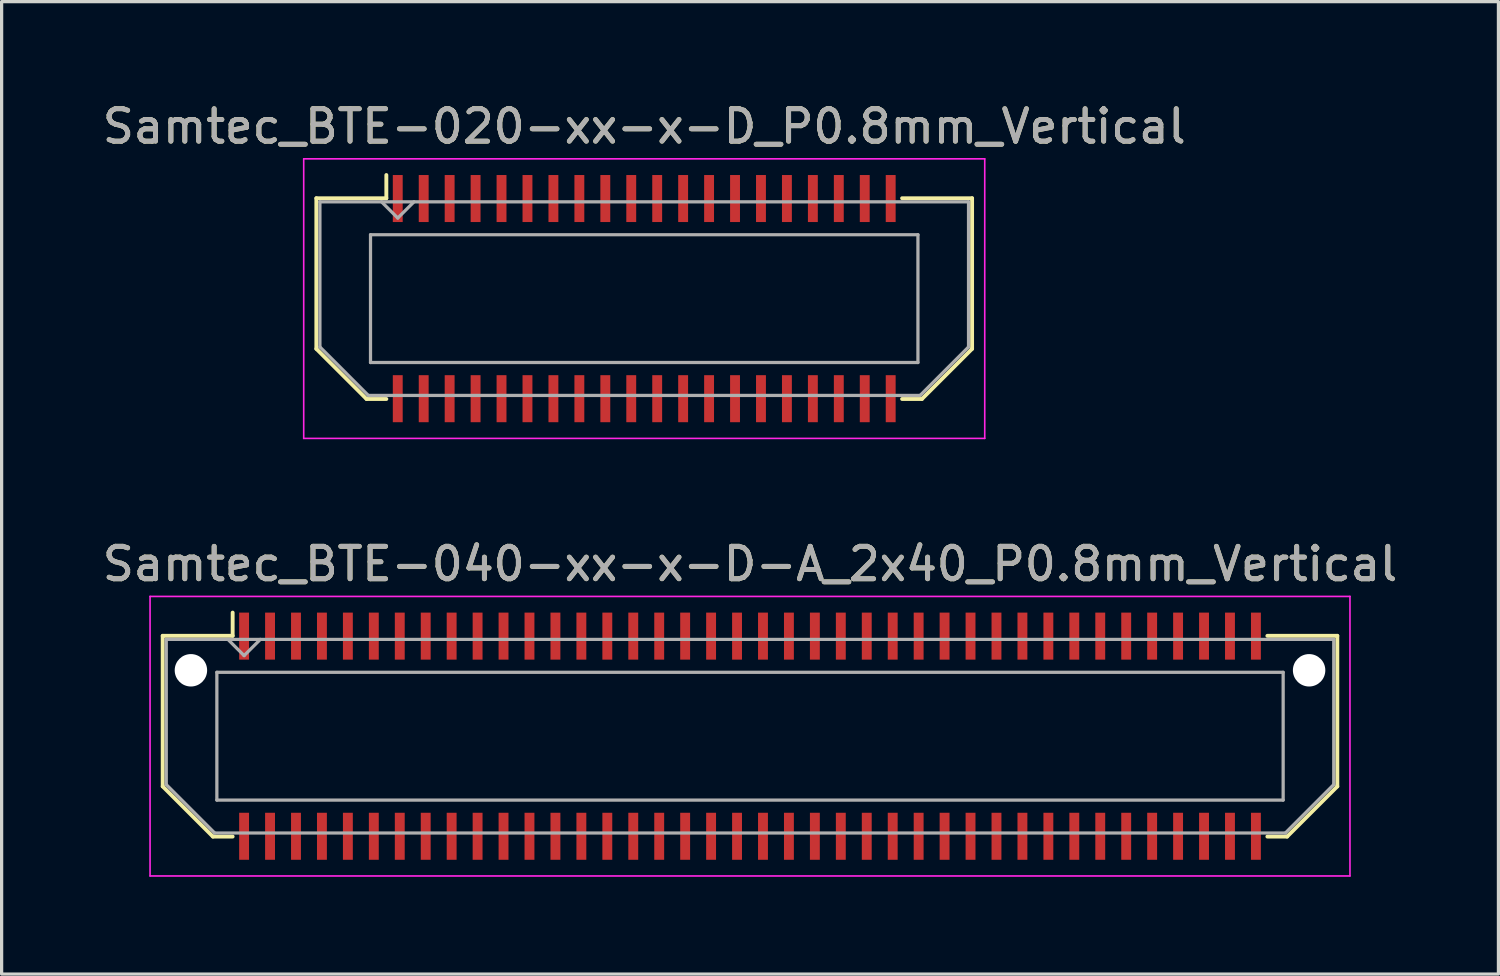
<source format=kicad_pcb>
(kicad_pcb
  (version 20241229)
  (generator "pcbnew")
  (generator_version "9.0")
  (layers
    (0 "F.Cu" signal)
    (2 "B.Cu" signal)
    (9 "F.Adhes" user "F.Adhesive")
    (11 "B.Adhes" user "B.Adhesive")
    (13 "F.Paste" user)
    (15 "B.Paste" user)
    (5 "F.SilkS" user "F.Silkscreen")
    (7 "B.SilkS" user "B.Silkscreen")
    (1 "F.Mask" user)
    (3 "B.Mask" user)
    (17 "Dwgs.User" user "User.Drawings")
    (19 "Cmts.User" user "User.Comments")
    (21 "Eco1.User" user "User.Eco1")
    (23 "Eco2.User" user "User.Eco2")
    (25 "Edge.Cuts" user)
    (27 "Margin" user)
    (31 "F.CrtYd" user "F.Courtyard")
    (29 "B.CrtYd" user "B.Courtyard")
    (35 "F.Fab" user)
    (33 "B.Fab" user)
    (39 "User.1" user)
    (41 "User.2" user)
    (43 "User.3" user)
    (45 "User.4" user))
  (footprint "Samtec_BTE-020-xx-x-D_P0.8mm_Vertical"
    (layer "F.Cu")
    (at 16.815 6.158)
    (property "Reference" "Samtec_BTE-020-xx-x-D_P0.8mm_Vertical" (at 0 -5.31 0) (layer "F.SilkS") (effects (font (size 1 1) (thickness 0.15))))
    (attr smd)
    (fp_line (start -10.11 -3.095) (end -10.11 1.548) (stroke (width 0.12) (type solid)) (layer "F.SilkS"))
    (fp_line (start -10.11 1.548) (end -8.562 3.095) (stroke (width 0.12) (type solid)) (layer "F.SilkS"))
    (fp_line (start -8.562 3.095) (end -7.952 3.095) (stroke (width 0.12) (type solid)) (layer "F.SilkS"))
    (fp_line (start -7.952 -3.811) (end -7.952 -3.095) (stroke (width 0.12) (type solid)) (layer "F.SilkS"))
    (fp_line (start -7.952 -3.095) (end -10.11 -3.095) (stroke (width 0.12) (type solid)) (layer "F.SilkS"))
    (fp_line (start 7.952 -3.095) (end 10.11 -3.095) (stroke (width 0.12) (type solid)) (layer "F.SilkS"))
    (fp_line (start 8.562 3.095) (end 7.952 3.095) (stroke (width 0.12) (type solid)) (layer "F.SilkS"))
    (fp_line (start 10.11 -3.095) (end 10.11 1.548) (stroke (width 0.12) (type solid)) (layer "F.SilkS"))
    (fp_line (start 10.11 1.548) (end 8.562 3.095) (stroke (width 0.12) (type solid)) (layer "F.SilkS"))
    (fp_line (start -10.5 -4.31) (end -10.5 4.31) (stroke (width 0.05) (type solid)) (layer "F.CrtYd"))
    (fp_line (start -10.5 4.31) (end 10.5 4.31) (stroke (width 0.05) (type solid)) (layer "F.CrtYd"))
    (fp_line (start 10.5 -4.31) (end -10.5 -4.31) (stroke (width 0.05) (type solid)) (layer "F.CrtYd"))
    (fp_line (start 10.5 4.31) (end 10.5 -4.31) (stroke (width 0.05) (type solid)) (layer "F.CrtYd"))
    (fp_line (start -10 -2.985) (end -10 1.492) (stroke (width 0.1) (type solid)) (layer "F.Fab"))
    (fp_line (start -10 -2.985) (end 10 -2.985) (stroke (width 0.1) (type solid)) (layer "F.Fab"))
    (fp_line (start -10 1.492) (end -8.508 2.985) (stroke (width 0.1) (type solid)) (layer "F.Fab"))
    (fp_line (start -8.508 2.985) (end 8.508 2.985) (stroke (width 0.1) (type solid)) (layer "F.Fab"))
    (fp_line (start -8.44 -1.97) (end -8.44 1.97) (stroke (width 0.1) (type solid)) (layer "F.Fab"))
    (fp_line (start -8.44 1.97) (end 8.44 1.97) (stroke (width 0.1) (type solid)) (layer "F.Fab"))
    (fp_line (start -7.6 -2.485) (end -8.1 -2.985) (stroke (width 0.1) (type solid)) (layer "F.Fab"))
    (fp_line (start -7.1 -2.985) (end -7.6 -2.485) (stroke (width 0.1) (type solid)) (layer "F.Fab"))
    (fp_line (start 8.44 -1.97) (end -8.44 -1.97) (stroke (width 0.1) (type solid)) (layer "F.Fab"))
    (fp_line (start 8.44 1.97) (end 8.44 -1.97) (stroke (width 0.1) (type solid)) (layer "F.Fab"))
    (fp_line (start 10 -2.985) (end 10 1.492) (stroke (width 0.1) (type solid)) (layer "F.Fab"))
    (fp_line (start 10 1.492) (end 8.508 2.985) (stroke (width 0.1) (type solid)) (layer "F.Fab"))
    (fp_text user "${REFERENCE}" (at 0 -5.31 0) (layer "F.Fab") (effects (font (size 1 1) (thickness 0.15))))
    (pad "1" smd rect (at -7.6 -3.086) (size 0.305 1.45) (layers "F.Cu" "F.Mask" "F.Paste"))
    (pad "2" smd rect (at -7.6 3.086) (size 0.305 1.45) (layers "F.Cu" "F.Mask" "F.Paste"))
    (pad "3" smd rect (at -6.8 -3.086) (size 0.305 1.45) (layers "F.Cu" "F.Mask" "F.Paste"))
    (pad "4" smd rect (at -6.8 3.086) (size 0.305 1.45) (layers "F.Cu" "F.Mask" "F.Paste"))
    (pad "5" smd rect (at -6 -3.086) (size 0.305 1.45) (layers "F.Cu" "F.Mask" "F.Paste"))
    (pad "6" smd rect (at -6 3.086) (size 0.305 1.45) (layers "F.Cu" "F.Mask" "F.Paste"))
    (pad "7" smd rect (at -5.2 -3.086) (size 0.305 1.45) (layers "F.Cu" "F.Mask" "F.Paste"))
    (pad "8" smd rect (at -5.2 3.086) (size 0.305 1.45) (layers "F.Cu" "F.Mask" "F.Paste"))
    (pad "9" smd rect (at -4.4 -3.086) (size 0.305 1.45) (layers "F.Cu" "F.Mask" "F.Paste"))
    (pad "10" smd rect (at -4.4 3.086) (size 0.305 1.45) (layers "F.Cu" "F.Mask" "F.Paste"))
    (pad "11" smd rect (at -3.6 -3.086) (size 0.305 1.45) (layers "F.Cu" "F.Mask" "F.Paste"))
    (pad "12" smd rect (at -3.6 3.086) (size 0.305 1.45) (layers "F.Cu" "F.Mask" "F.Paste"))
    (pad "13" smd rect (at -2.8 -3.086) (size 0.305 1.45) (layers "F.Cu" "F.Mask" "F.Paste"))
    (pad "14" smd rect (at -2.8 3.086) (size 0.305 1.45) (layers "F.Cu" "F.Mask" "F.Paste"))
    (pad "15" smd rect (at -2 -3.086) (size 0.305 1.45) (layers "F.Cu" "F.Mask" "F.Paste"))
    (pad "16" smd rect (at -2 3.086) (size 0.305 1.45) (layers "F.Cu" "F.Mask" "F.Paste"))
    (pad "17" smd rect (at -1.2 -3.086) (size 0.305 1.45) (layers "F.Cu" "F.Mask" "F.Paste"))
    (pad "18" smd rect (at -1.2 3.086) (size 0.305 1.45) (layers "F.Cu" "F.Mask" "F.Paste"))
    (pad "19" smd rect (at -0.4 -3.086) (size 0.305 1.45) (layers "F.Cu" "F.Mask" "F.Paste"))
    (pad "20" smd rect (at -0.4 3.086) (size 0.305 1.45) (layers "F.Cu" "F.Mask" "F.Paste"))
    (pad "21" smd rect (at 0.4 -3.086) (size 0.305 1.45) (layers "F.Cu" "F.Mask" "F.Paste"))
    (pad "22" smd rect (at 0.4 3.086) (size 0.305 1.45) (layers "F.Cu" "F.Mask" "F.Paste"))
    (pad "23" smd rect (at 1.2 -3.086) (size 0.305 1.45) (layers "F.Cu" "F.Mask" "F.Paste"))
    (pad "24" smd rect (at 1.2 3.086) (size 0.305 1.45) (layers "F.Cu" "F.Mask" "F.Paste"))
    (pad "25" smd rect (at 2 -3.086) (size 0.305 1.45) (layers "F.Cu" "F.Mask" "F.Paste"))
    (pad "26" smd rect (at 2 3.086) (size 0.305 1.45) (layers "F.Cu" "F.Mask" "F.Paste"))
    (pad "27" smd rect (at 2.8 -3.086) (size 0.305 1.45) (layers "F.Cu" "F.Mask" "F.Paste"))
    (pad "28" smd rect (at 2.8 3.086) (size 0.305 1.45) (layers "F.Cu" "F.Mask" "F.Paste"))
    (pad "29" smd rect (at 3.6 -3.086) (size 0.305 1.45) (layers "F.Cu" "F.Mask" "F.Paste"))
    (pad "30" smd rect (at 3.6 3.086) (size 0.305 1.45) (layers "F.Cu" "F.Mask" "F.Paste"))
    (pad "31" smd rect (at 4.4 -3.086) (size 0.305 1.45) (layers "F.Cu" "F.Mask" "F.Paste"))
    (pad "32" smd rect (at 4.4 3.086) (size 0.305 1.45) (layers "F.Cu" "F.Mask" "F.Paste"))
    (pad "33" smd rect (at 5.2 -3.086) (size 0.305 1.45) (layers "F.Cu" "F.Mask" "F.Paste"))
    (pad "34" smd rect (at 5.2 3.086) (size 0.305 1.45) (layers "F.Cu" "F.Mask" "F.Paste"))
    (pad "35" smd rect (at 6 -3.086) (size 0.305 1.45) (layers "F.Cu" "F.Mask" "F.Paste"))
    (pad "36" smd rect (at 6 3.086) (size 0.305 1.45) (layers "F.Cu" "F.Mask" "F.Paste"))
    (pad "37" smd rect (at 6.8 -3.086) (size 0.305 1.45) (layers "F.Cu" "F.Mask" "F.Paste"))
    (pad "38" smd rect (at 6.8 3.086) (size 0.305 1.45) (layers "F.Cu" "F.Mask" "F.Paste"))
    (pad "39" smd rect (at 7.6 -3.086) (size 0.305 1.45) (layers "F.Cu" "F.Mask" "F.Paste"))
    (pad "40" smd rect (at 7.6 3.086) (size 0.305 1.45) (layers "F.Cu" "F.Mask" "F.Paste")))
  (footprint "Samtec_BTE-040-xx-x-D-A_2x40_P0.8mm_Vertical"
    (layer "F.Cu")
    (at 20.077 19.651)
    (property "Reference" "Samtec_BTE-040-xx-x-D-A_2x40_P0.8mm_Vertical" (at 0 -5.31 0) (layer "F.SilkS") (effects (font (size 1 1) (thickness 0.15))))
    (attr smd)
    (fp_line (start -18.11 -3.095) (end -18.11 1.548) (stroke (width 0.12) (type solid)) (layer "F.SilkS"))
    (fp_line (start -18.11 1.548) (end -16.562 3.095) (stroke (width 0.12) (type solid)) (layer "F.SilkS"))
    (fp_line (start -16.562 3.095) (end -15.953 3.095) (stroke (width 0.12) (type solid)) (layer "F.SilkS"))
    (fp_line (start -15.953 -3.811) (end -15.953 -3.095) (stroke (width 0.12) (type solid)) (layer "F.SilkS"))
    (fp_line (start -15.953 -3.095) (end -18.11 -3.095) (stroke (width 0.12) (type solid)) (layer "F.SilkS"))
    (fp_line (start 15.953 -3.095) (end 18.11 -3.095) (stroke (width 0.12) (type solid)) (layer "F.SilkS"))
    (fp_line (start 16.562 3.095) (end 15.953 3.095) (stroke (width 0.12) (type solid)) (layer "F.SilkS"))
    (fp_line (start 18.11 -3.095) (end 18.11 1.548) (stroke (width 0.12) (type solid)) (layer "F.SilkS"))
    (fp_line (start 18.11 1.548) (end 16.562 3.095) (stroke (width 0.12) (type solid)) (layer "F.SilkS"))
    (fp_line (start -18.5 -4.31) (end -18.5 4.31) (stroke (width 0.05) (type solid)) (layer "F.CrtYd"))
    (fp_line (start -18.5 4.31) (end 18.5 4.31) (stroke (width 0.05) (type solid)) (layer "F.CrtYd"))
    (fp_line (start 18.5 -4.31) (end -18.5 -4.31) (stroke (width 0.05) (type solid)) (layer "F.CrtYd"))
    (fp_line (start 18.5 4.31) (end 18.5 -4.31) (stroke (width 0.05) (type solid)) (layer "F.CrtYd"))
    (fp_line (start -18 -2.985) (end -18 1.492) (stroke (width 0.1) (type solid)) (layer "F.Fab"))
    (fp_line (start -18 -2.985) (end 18 -2.985) (stroke (width 0.1) (type solid)) (layer "F.Fab"))
    (fp_line (start -18 1.492) (end -16.508 2.985) (stroke (width 0.1) (type solid)) (layer "F.Fab"))
    (fp_line (start -16.508 2.985) (end 16.508 2.985) (stroke (width 0.1) (type solid)) (layer "F.Fab"))
    (fp_line (start -16.44 -1.97) (end -16.44 1.97) (stroke (width 0.1) (type solid)) (layer "F.Fab"))
    (fp_line (start -16.44 1.97) (end 16.44 1.97) (stroke (width 0.1) (type solid)) (layer "F.Fab"))
    (fp_line (start -15.6 -2.485) (end -16.1 -2.985) (stroke (width 0.1) (type solid)) (layer "F.Fab"))
    (fp_line (start -15.1 -2.985) (end -15.6 -2.485) (stroke (width 0.1) (type solid)) (layer "F.Fab"))
    (fp_line (start 16.44 -1.97) (end -16.44 -1.97) (stroke (width 0.1) (type solid)) (layer "F.Fab"))
    (fp_line (start 16.44 1.97) (end 16.44 -1.97) (stroke (width 0.1) (type solid)) (layer "F.Fab"))
    (fp_line (start 18 -2.985) (end 18 1.492) (stroke (width 0.1) (type solid)) (layer "F.Fab"))
    (fp_line (start 18 1.492) (end 16.508 2.985) (stroke (width 0.1) (type solid)) (layer "F.Fab"))
    (fp_text user "${REFERENCE}" (at 0 -5.31 0) (layer "F.Fab") (effects (font (size 1 1) (thickness 0.15))))
    (pad "" np_thru_hole circle (at -17.24 -2.032) (size 1 1) (drill 1) (layers "*.Cu" "*.Mask"))
    (pad "" np_thru_hole circle (at 17.24 -2.032) (size 1 1) (drill 1) (layers "*.Cu" "*.Mask"))
    (pad "1" smd rect (at -15.6 -3.086) (size 0.305 1.45) (layers "F.Cu" "F.Mask" "F.Paste"))
    (pad "2" smd rect (at -15.6 3.086) (size 0.305 1.45) (layers "F.Cu" "F.Mask" "F.Paste"))
    (pad "3" smd rect (at -14.8 -3.086) (size 0.305 1.45) (layers "F.Cu" "F.Mask" "F.Paste"))
    (pad "4" smd rect (at -14.8 3.086) (size 0.305 1.45) (layers "F.Cu" "F.Mask" "F.Paste"))
    (pad "5" smd rect (at -14 -3.086) (size 0.305 1.45) (layers "F.Cu" "F.Mask" "F.Paste"))
    (pad "6" smd rect (at -14 3.086) (size 0.305 1.45) (layers "F.Cu" "F.Mask" "F.Paste"))
    (pad "7" smd rect (at -13.2 -3.086) (size 0.305 1.45) (layers "F.Cu" "F.Mask" "F.Paste"))
    (pad "8" smd rect (at -13.2 3.086) (size 0.305 1.45) (layers "F.Cu" "F.Mask" "F.Paste"))
    (pad "9" smd rect (at -12.4 -3.086) (size 0.305 1.45) (layers "F.Cu" "F.Mask" "F.Paste"))
    (pad "10" smd rect (at -12.4 3.086) (size 0.305 1.45) (layers "F.Cu" "F.Mask" "F.Paste"))
    (pad "11" smd rect (at -11.6 -3.086) (size 0.305 1.45) (layers "F.Cu" "F.Mask" "F.Paste"))
    (pad "12" smd rect (at -11.6 3.086) (size 0.305 1.45) (layers "F.Cu" "F.Mask" "F.Paste"))
    (pad "13" smd rect (at -10.8 -3.086) (size 0.305 1.45) (layers "F.Cu" "F.Mask" "F.Paste"))
    (pad "14" smd rect (at -10.8 3.086) (size 0.305 1.45) (layers "F.Cu" "F.Mask" "F.Paste"))
    (pad "15" smd rect (at -10 -3.086) (size 0.305 1.45) (layers "F.Cu" "F.Mask" "F.Paste"))
    (pad "16" smd rect (at -10 3.086) (size 0.305 1.45) (layers "F.Cu" "F.Mask" "F.Paste"))
    (pad "17" smd rect (at -9.2 -3.086) (size 0.305 1.45) (layers "F.Cu" "F.Mask" "F.Paste"))
    (pad "18" smd rect (at -9.2 3.086) (size 0.305 1.45) (layers "F.Cu" "F.Mask" "F.Paste"))
    (pad "19" smd rect (at -8.4 -3.086) (size 0.305 1.45) (layers "F.Cu" "F.Mask" "F.Paste"))
    (pad "20" smd rect (at -8.4 3.086) (size 0.305 1.45) (layers "F.Cu" "F.Mask" "F.Paste"))
    (pad "21" smd rect (at -7.6 -3.086) (size 0.305 1.45) (layers "F.Cu" "F.Mask" "F.Paste"))
    (pad "22" smd rect (at -7.6 3.086) (size 0.305 1.45) (layers "F.Cu" "F.Mask" "F.Paste"))
    (pad "23" smd rect (at -6.8 -3.086) (size 0.305 1.45) (layers "F.Cu" "F.Mask" "F.Paste"))
    (pad "24" smd rect (at -6.8 3.086) (size 0.305 1.45) (layers "F.Cu" "F.Mask" "F.Paste"))
    (pad "25" smd rect (at -6 -3.086) (size 0.305 1.45) (layers "F.Cu" "F.Mask" "F.Paste"))
    (pad "26" smd rect (at -6 3.086) (size 0.305 1.45) (layers "F.Cu" "F.Mask" "F.Paste"))
    (pad "27" smd rect (at -5.2 -3.086) (size 0.305 1.45) (layers "F.Cu" "F.Mask" "F.Paste"))
    (pad "28" smd rect (at -5.2 3.086) (size 0.305 1.45) (layers "F.Cu" "F.Mask" "F.Paste"))
    (pad "29" smd rect (at -4.4 -3.086) (size 0.305 1.45) (layers "F.Cu" "F.Mask" "F.Paste"))
    (pad "30" smd rect (at -4.4 3.086) (size 0.305 1.45) (layers "F.Cu" "F.Mask" "F.Paste"))
    (pad "31" smd rect (at -3.6 -3.086) (size 0.305 1.45) (layers "F.Cu" "F.Mask" "F.Paste"))
    (pad "32" smd rect (at -3.6 3.086) (size 0.305 1.45) (layers "F.Cu" "F.Mask" "F.Paste"))
    (pad "33" smd rect (at -2.8 -3.086) (size 0.305 1.45) (layers "F.Cu" "F.Mask" "F.Paste"))
    (pad "34" smd rect (at -2.8 3.086) (size 0.305 1.45) (layers "F.Cu" "F.Mask" "F.Paste"))
    (pad "35" smd rect (at -2 -3.086) (size 0.305 1.45) (layers "F.Cu" "F.Mask" "F.Paste"))
    (pad "36" smd rect (at -2 3.086) (size 0.305 1.45) (layers "F.Cu" "F.Mask" "F.Paste"))
    (pad "37" smd rect (at -1.2 -3.086) (size 0.305 1.45) (layers "F.Cu" "F.Mask" "F.Paste"))
    (pad "38" smd rect (at -1.2 3.086) (size 0.305 1.45) (layers "F.Cu" "F.Mask" "F.Paste"))
    (pad "39" smd rect (at -0.4 -3.086) (size 0.305 1.45) (layers "F.Cu" "F.Mask" "F.Paste"))
    (pad "40" smd rect (at -0.4 3.086) (size 0.305 1.45) (layers "F.Cu" "F.Mask" "F.Paste"))
    (pad "41" smd rect (at 0.4 -3.086) (size 0.305 1.45) (layers "F.Cu" "F.Mask" "F.Paste"))
    (pad "42" smd rect (at 0.4 3.086) (size 0.305 1.45) (layers "F.Cu" "F.Mask" "F.Paste"))
    (pad "43" smd rect (at 1.2 -3.086) (size 0.305 1.45) (layers "F.Cu" "F.Mask" "F.Paste"))
    (pad "44" smd rect (at 1.2 3.086) (size 0.305 1.45) (layers "F.Cu" "F.Mask" "F.Paste"))
    (pad "45" smd rect (at 2 -3.086) (size 0.305 1.45) (layers "F.Cu" "F.Mask" "F.Paste"))
    (pad "46" smd rect (at 2 3.086) (size 0.305 1.45) (layers "F.Cu" "F.Mask" "F.Paste"))
    (pad "47" smd rect (at 2.8 -3.086) (size 0.305 1.45) (layers "F.Cu" "F.Mask" "F.Paste"))
    (pad "48" smd rect (at 2.8 3.086) (size 0.305 1.45) (layers "F.Cu" "F.Mask" "F.Paste"))
    (pad "49" smd rect (at 3.6 -3.086) (size 0.305 1.45) (layers "F.Cu" "F.Mask" "F.Paste"))
    (pad "50" smd rect (at 3.6 3.086) (size 0.305 1.45) (layers "F.Cu" "F.Mask" "F.Paste"))
    (pad "51" smd rect (at 4.4 -3.086) (size 0.305 1.45) (layers "F.Cu" "F.Mask" "F.Paste"))
    (pad "52" smd rect (at 4.4 3.086) (size 0.305 1.45) (layers "F.Cu" "F.Mask" "F.Paste"))
    (pad "53" smd rect (at 5.2 -3.086) (size 0.305 1.45) (layers "F.Cu" "F.Mask" "F.Paste"))
    (pad "54" smd rect (at 5.2 3.086) (size 0.305 1.45) (layers "F.Cu" "F.Mask" "F.Paste"))
    (pad "55" smd rect (at 6 -3.086) (size 0.305 1.45) (layers "F.Cu" "F.Mask" "F.Paste"))
    (pad "56" smd rect (at 6 3.086) (size 0.305 1.45) (layers "F.Cu" "F.Mask" "F.Paste"))
    (pad "57" smd rect (at 6.8 -3.086) (size 0.305 1.45) (layers "F.Cu" "F.Mask" "F.Paste"))
    (pad "58" smd rect (at 6.8 3.086) (size 0.305 1.45) (layers "F.Cu" "F.Mask" "F.Paste"))
    (pad "59" smd rect (at 7.6 -3.086) (size 0.305 1.45) (layers "F.Cu" "F.Mask" "F.Paste"))
    (pad "60" smd rect (at 7.6 3.086) (size 0.305 1.45) (layers "F.Cu" "F.Mask" "F.Paste"))
    (pad "61" smd rect (at 8.4 -3.086) (size 0.305 1.45) (layers "F.Cu" "F.Mask" "F.Paste"))
    (pad "62" smd rect (at 8.4 3.086) (size 0.305 1.45) (layers "F.Cu" "F.Mask" "F.Paste"))
    (pad "63" smd rect (at 9.2 -3.086) (size 0.305 1.45) (layers "F.Cu" "F.Mask" "F.Paste"))
    (pad "64" smd rect (at 9.2 3.086) (size 0.305 1.45) (layers "F.Cu" "F.Mask" "F.Paste"))
    (pad "65" smd rect (at 10 -3.086) (size 0.305 1.45) (layers "F.Cu" "F.Mask" "F.Paste"))
    (pad "66" smd rect (at 10 3.086) (size 0.305 1.45) (layers "F.Cu" "F.Mask" "F.Paste"))
    (pad "67" smd rect (at 10.8 -3.086) (size 0.305 1.45) (layers "F.Cu" "F.Mask" "F.Paste"))
    (pad "68" smd rect (at 10.8 3.086) (size 0.305 1.45) (layers "F.Cu" "F.Mask" "F.Paste"))
    (pad "69" smd rect (at 11.6 -3.086) (size 0.305 1.45) (layers "F.Cu" "F.Mask" "F.Paste"))
    (pad "70" smd rect (at 11.6 3.086) (size 0.305 1.45) (layers "F.Cu" "F.Mask" "F.Paste"))
    (pad "71" smd rect (at 12.4 -3.086) (size 0.305 1.45) (layers "F.Cu" "F.Mask" "F.Paste"))
    (pad "72" smd rect (at 12.4 3.086) (size 0.305 1.45) (layers "F.Cu" "F.Mask" "F.Paste"))
    (pad "73" smd rect (at 13.2 -3.086) (size 0.305 1.45) (layers "F.Cu" "F.Mask" "F.Paste"))
    (pad "74" smd rect (at 13.2 3.086) (size 0.305 1.45) (layers "F.Cu" "F.Mask" "F.Paste"))
    (pad "75" smd rect (at 14 -3.086) (size 0.305 1.45) (layers "F.Cu" "F.Mask" "F.Paste"))
    (pad "76" smd rect (at 14 3.086) (size 0.305 1.45) (layers "F.Cu" "F.Mask" "F.Paste"))
    (pad "77" smd rect (at 14.8 -3.086) (size 0.305 1.45) (layers "F.Cu" "F.Mask" "F.Paste"))
    (pad "78" smd rect (at 14.8 3.086) (size 0.305 1.45) (layers "F.Cu" "F.Mask" "F.Paste"))
    (pad "79" smd rect (at 15.6 -3.086) (size 0.305 1.45) (layers "F.Cu" "F.Mask" "F.Paste"))
    (pad "80" smd rect (at 15.6 3.086) (size 0.305 1.45) (layers "F.Cu" "F.Mask" "F.Paste")))
  (gr_rect
    (start -3 -3)
    (end 43.155 26.986)
    (stroke (width 0.1) (type default))
    (fill no)
    (layer "Edge.Cuts")))
</source>
